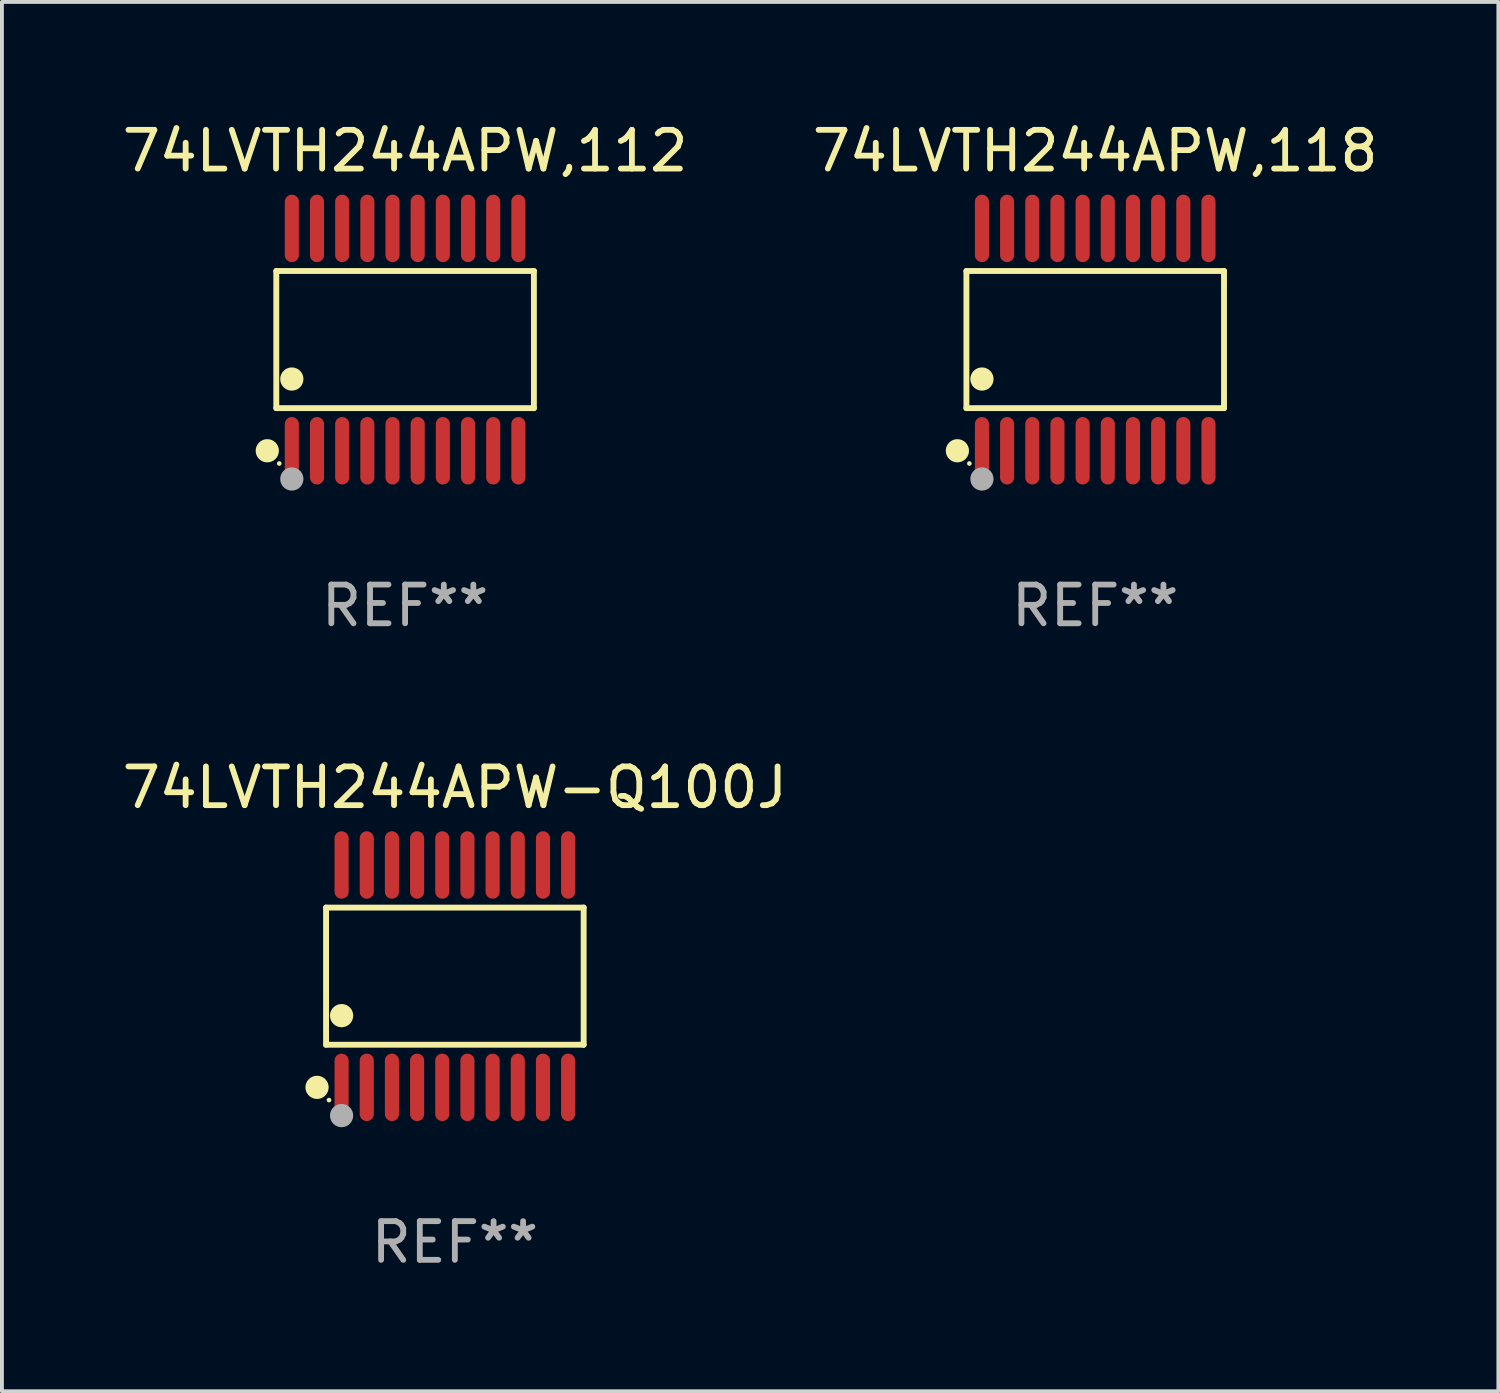
<source format=kicad_pcb>
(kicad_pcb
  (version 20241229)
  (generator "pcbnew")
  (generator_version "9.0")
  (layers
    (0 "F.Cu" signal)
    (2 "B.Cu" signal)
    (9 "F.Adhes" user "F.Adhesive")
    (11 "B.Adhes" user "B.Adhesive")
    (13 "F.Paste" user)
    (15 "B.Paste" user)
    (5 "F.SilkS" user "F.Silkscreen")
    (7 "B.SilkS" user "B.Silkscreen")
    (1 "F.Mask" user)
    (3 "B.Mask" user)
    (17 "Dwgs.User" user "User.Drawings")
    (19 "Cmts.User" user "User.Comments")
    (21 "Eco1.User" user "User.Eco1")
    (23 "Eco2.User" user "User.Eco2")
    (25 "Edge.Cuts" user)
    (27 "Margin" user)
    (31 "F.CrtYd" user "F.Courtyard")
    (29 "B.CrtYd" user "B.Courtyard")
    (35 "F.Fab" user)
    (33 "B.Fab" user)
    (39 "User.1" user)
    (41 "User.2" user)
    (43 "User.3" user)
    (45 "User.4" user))
  (footprint "74LVTH244APW-Q100J"
    (layer "F.Cu")
    (at 8.696 22.158)
    (property "Reference" "74LVTH244APW-Q100J" (at 0 -4.871 0) (layer "F.SilkS") (effects (font (size 1 1) (thickness 0.15))))
    (attr through_hole)
    (fp_line (start -3.326 -1.771) (end 3.326 -1.771) (stroke (width 0.152) (type solid)) (layer "F.SilkS"))
    (fp_line (start -3.326 1.771) (end -3.326 -1.771) (stroke (width 0.152) (type solid)) (layer "F.SilkS"))
    (fp_line (start 3.326 -1.771) (end 3.326 1.771) (stroke (width 0.152) (type solid)) (layer "F.SilkS"))
    (fp_line (start 3.326 1.771) (end -3.326 1.771) (stroke (width 0.152) (type solid)) (layer "F.SilkS"))
    (fp_circle (center -3.559 2.871) (end -3.409 2.871) (stroke (width 0.3) (type solid)) (fill no) (layer "F.SilkS"))
    (fp_circle (center -3.25 3.2) (end -3.22 3.2) (stroke (width 0.06) (type solid)) (fill no) (layer "F.SilkS"))
    (fp_circle (center -2.925 1.019) (end -2.775 1.019) (stroke (width 0.3) (type solid)) (fill no) (layer "F.SilkS"))
    (fp_circle (center -2.925 3.6) (end -2.775 3.6) (stroke (width 0.3) (type solid)) (fill no) (layer "F.Fab"))
    (fp_text user "REF**" (at 0 6.871 0) (layer "F.Fab") (effects (font (size 1 1) (thickness 0.15))))
    (pad "1" smd oval (at -2.925 2.871) (size 0.364 1.742) (layers "F.Cu" "F.Mask" "F.Paste"))
    (pad "2" smd oval (at -2.275 2.871) (size 0.364 1.742) (layers "F.Cu" "F.Mask" "F.Paste"))
    (pad "3" smd oval (at -1.625 2.871) (size 0.364 1.742) (layers "F.Cu" "F.Mask" "F.Paste"))
    (pad "4" smd oval (at -0.975 2.871) (size 0.364 1.742) (layers "F.Cu" "F.Mask" "F.Paste"))
    (pad "5" smd oval (at -0.325 2.871) (size 0.364 1.742) (layers "F.Cu" "F.Mask" "F.Paste"))
    (pad "6" smd oval (at 0.325 2.871) (size 0.364 1.742) (layers "F.Cu" "F.Mask" "F.Paste"))
    (pad "7" smd oval (at 0.975 2.871) (size 0.364 1.742) (layers "F.Cu" "F.Mask" "F.Paste"))
    (pad "8" smd oval (at 1.625 2.871) (size 0.364 1.742) (layers "F.Cu" "F.Mask" "F.Paste"))
    (pad "9" smd oval (at 2.275 2.871) (size 0.364 1.742) (layers "F.Cu" "F.Mask" "F.Paste"))
    (pad "10" smd oval (at 2.925 2.871) (size 0.364 1.742) (layers "F.Cu" "F.Mask" "F.Paste"))
    (pad "11" smd oval (at 2.925 -2.871) (size 0.364 1.742) (layers "F.Cu" "F.Mask" "F.Paste"))
    (pad "12" smd oval (at 2.275 -2.871) (size 0.364 1.742) (layers "F.Cu" "F.Mask" "F.Paste"))
    (pad "13" smd oval (at 1.625 -2.871) (size 0.364 1.742) (layers "F.Cu" "F.Mask" "F.Paste"))
    (pad "14" smd oval (at 0.975 -2.871) (size 0.364 1.742) (layers "F.Cu" "F.Mask" "F.Paste"))
    (pad "15" smd oval (at 0.325 -2.871) (size 0.364 1.742) (layers "F.Cu" "F.Mask" "F.Paste"))
    (pad "16" smd oval (at -0.325 -2.871) (size 0.364 1.742) (layers "F.Cu" "F.Mask" "F.Paste"))
    (pad "17" smd oval (at -0.975 -2.871) (size 0.364 1.742) (layers "F.Cu" "F.Mask" "F.Paste"))
    (pad "18" smd oval (at -1.625 -2.871) (size 0.364 1.742) (layers "F.Cu" "F.Mask" "F.Paste"))
    (pad "19" smd oval (at -2.275 -2.871) (size 0.364 1.742) (layers "F.Cu" "F.Mask" "F.Paste"))
    (pad "20" smd oval (at -2.925 -2.871) (size 0.364 1.742) (layers "F.Cu" "F.Mask" "F.Paste")))
  (footprint "74LVTH244APW,118"
    (layer "F.Cu")
    (at 25.232 5.719)
    (property "Reference" "74LVTH244APW,118" (at 0 -4.871 0) (layer "F.SilkS") (effects (font (size 1 1) (thickness 0.15))))
    (attr through_hole)
    (fp_line (start -3.326 -1.771) (end 3.326 -1.771) (stroke (width 0.152) (type solid)) (layer "F.SilkS"))
    (fp_line (start -3.326 1.771) (end -3.326 -1.771) (stroke (width 0.152) (type solid)) (layer "F.SilkS"))
    (fp_line (start 3.326 -1.771) (end 3.326 1.771) (stroke (width 0.152) (type solid)) (layer "F.SilkS"))
    (fp_line (start 3.326 1.771) (end -3.326 1.771) (stroke (width 0.152) (type solid)) (layer "F.SilkS"))
    (fp_circle (center -3.559 2.871) (end -3.409 2.871) (stroke (width 0.3) (type solid)) (fill no) (layer "F.SilkS"))
    (fp_circle (center -3.25 3.2) (end -3.22 3.2) (stroke (width 0.06) (type solid)) (fill no) (layer "F.SilkS"))
    (fp_circle (center -2.925 1.019) (end -2.775 1.019) (stroke (width 0.3) (type solid)) (fill no) (layer "F.SilkS"))
    (fp_circle (center -2.925 3.6) (end -2.775 3.6) (stroke (width 0.3) (type solid)) (fill no) (layer "F.Fab"))
    (fp_text user "REF**" (at 0 6.871 0) (layer "F.Fab") (effects (font (size 1 1) (thickness 0.15))))
    (pad "1" smd oval (at -2.925 2.871) (size 0.364 1.742) (layers "F.Cu" "F.Mask" "F.Paste"))
    (pad "2" smd oval (at -2.275 2.871) (size 0.364 1.742) (layers "F.Cu" "F.Mask" "F.Paste"))
    (pad "3" smd oval (at -1.625 2.871) (size 0.364 1.742) (layers "F.Cu" "F.Mask" "F.Paste"))
    (pad "4" smd oval (at -0.975 2.871) (size 0.364 1.742) (layers "F.Cu" "F.Mask" "F.Paste"))
    (pad "5" smd oval (at -0.325 2.871) (size 0.364 1.742) (layers "F.Cu" "F.Mask" "F.Paste"))
    (pad "6" smd oval (at 0.325 2.871) (size 0.364 1.742) (layers "F.Cu" "F.Mask" "F.Paste"))
    (pad "7" smd oval (at 0.975 2.871) (size 0.364 1.742) (layers "F.Cu" "F.Mask" "F.Paste"))
    (pad "8" smd oval (at 1.625 2.871) (size 0.364 1.742) (layers "F.Cu" "F.Mask" "F.Paste"))
    (pad "9" smd oval (at 2.275 2.871) (size 0.364 1.742) (layers "F.Cu" "F.Mask" "F.Paste"))
    (pad "10" smd oval (at 2.925 2.871) (size 0.364 1.742) (layers "F.Cu" "F.Mask" "F.Paste"))
    (pad "11" smd oval (at 2.925 -2.871) (size 0.364 1.742) (layers "F.Cu" "F.Mask" "F.Paste"))
    (pad "12" smd oval (at 2.275 -2.871) (size 0.364 1.742) (layers "F.Cu" "F.Mask" "F.Paste"))
    (pad "13" smd oval (at 1.625 -2.871) (size 0.364 1.742) (layers "F.Cu" "F.Mask" "F.Paste"))
    (pad "14" smd oval (at 0.975 -2.871) (size 0.364 1.742) (layers "F.Cu" "F.Mask" "F.Paste"))
    (pad "15" smd oval (at 0.325 -2.871) (size 0.364 1.742) (layers "F.Cu" "F.Mask" "F.Paste"))
    (pad "16" smd oval (at -0.325 -2.871) (size 0.364 1.742) (layers "F.Cu" "F.Mask" "F.Paste"))
    (pad "17" smd oval (at -0.975 -2.871) (size 0.364 1.742) (layers "F.Cu" "F.Mask" "F.Paste"))
    (pad "18" smd oval (at -1.625 -2.871) (size 0.364 1.742) (layers "F.Cu" "F.Mask" "F.Paste"))
    (pad "19" smd oval (at -2.275 -2.871) (size 0.364 1.742) (layers "F.Cu" "F.Mask" "F.Paste"))
    (pad "20" smd oval (at -2.925 -2.871) (size 0.364 1.742) (layers "F.Cu" "F.Mask" "F.Paste")))
  (footprint "74LVTH244APW,112"
    (layer "F.Cu")
    (at 7.411 5.719)
    (property "Reference" "74LVTH244APW,112" (at 0 -4.871 0) (layer "F.SilkS") (effects (font (size 1 1) (thickness 0.15))))
    (attr through_hole)
    (fp_line (start -3.326 -1.771) (end 3.326 -1.771) (stroke (width 0.152) (type solid)) (layer "F.SilkS"))
    (fp_line (start -3.326 1.771) (end -3.326 -1.771) (stroke (width 0.152) (type solid)) (layer "F.SilkS"))
    (fp_line (start 3.326 -1.771) (end 3.326 1.771) (stroke (width 0.152) (type solid)) (layer "F.SilkS"))
    (fp_line (start 3.326 1.771) (end -3.326 1.771) (stroke (width 0.152) (type solid)) (layer "F.SilkS"))
    (fp_circle (center -3.559 2.871) (end -3.409 2.871) (stroke (width 0.3) (type solid)) (fill no) (layer "F.SilkS"))
    (fp_circle (center -3.25 3.2) (end -3.22 3.2) (stroke (width 0.06) (type solid)) (fill no) (layer "F.SilkS"))
    (fp_circle (center -2.925 1.019) (end -2.775 1.019) (stroke (width 0.3) (type solid)) (fill no) (layer "F.SilkS"))
    (fp_circle (center -2.925 3.6) (end -2.775 3.6) (stroke (width 0.3) (type solid)) (fill no) (layer "F.Fab"))
    (fp_text user "REF**" (at 0 6.871 0) (layer "F.Fab") (effects (font (size 1 1) (thickness 0.15))))
    (pad "1" smd oval (at -2.925 2.871) (size 0.364 1.742) (layers "F.Cu" "F.Mask" "F.Paste"))
    (pad "2" smd oval (at -2.275 2.871) (size 0.364 1.742) (layers "F.Cu" "F.Mask" "F.Paste"))
    (pad "3" smd oval (at -1.625 2.871) (size 0.364 1.742) (layers "F.Cu" "F.Mask" "F.Paste"))
    (pad "4" smd oval (at -0.975 2.871) (size 0.364 1.742) (layers "F.Cu" "F.Mask" "F.Paste"))
    (pad "5" smd oval (at -0.325 2.871) (size 0.364 1.742) (layers "F.Cu" "F.Mask" "F.Paste"))
    (pad "6" smd oval (at 0.325 2.871) (size 0.364 1.742) (layers "F.Cu" "F.Mask" "F.Paste"))
    (pad "7" smd oval (at 0.975 2.871) (size 0.364 1.742) (layers "F.Cu" "F.Mask" "F.Paste"))
    (pad "8" smd oval (at 1.625 2.871) (size 0.364 1.742) (layers "F.Cu" "F.Mask" "F.Paste"))
    (pad "9" smd oval (at 2.275 2.871) (size 0.364 1.742) (layers "F.Cu" "F.Mask" "F.Paste"))
    (pad "10" smd oval (at 2.925 2.871) (size 0.364 1.742) (layers "F.Cu" "F.Mask" "F.Paste"))
    (pad "11" smd oval (at 2.925 -2.871) (size 0.364 1.742) (layers "F.Cu" "F.Mask" "F.Paste"))
    (pad "12" smd oval (at 2.275 -2.871) (size 0.364 1.742) (layers "F.Cu" "F.Mask" "F.Paste"))
    (pad "13" smd oval (at 1.625 -2.871) (size 0.364 1.742) (layers "F.Cu" "F.Mask" "F.Paste"))
    (pad "14" smd oval (at 0.975 -2.871) (size 0.364 1.742) (layers "F.Cu" "F.Mask" "F.Paste"))
    (pad "15" smd oval (at 0.325 -2.871) (size 0.364 1.742) (layers "F.Cu" "F.Mask" "F.Paste"))
    (pad "16" smd oval (at -0.325 -2.871) (size 0.364 1.742) (layers "F.Cu" "F.Mask" "F.Paste"))
    (pad "17" smd oval (at -0.975 -2.871) (size 0.364 1.742) (layers "F.Cu" "F.Mask" "F.Paste"))
    (pad "18" smd oval (at -1.625 -2.871) (size 0.364 1.742) (layers "F.Cu" "F.Mask" "F.Paste"))
    (pad "19" smd oval (at -2.275 -2.871) (size 0.364 1.742) (layers "F.Cu" "F.Mask" "F.Paste"))
    (pad "20" smd oval (at -2.925 -2.871) (size 0.364 1.742) (layers "F.Cu" "F.Mask" "F.Paste")))
  (gr_rect
    (start -3 -3)
    (end 35.643 32.877)
    (stroke (width 0.1) (type default))
    (fill no)
    (layer "Edge.Cuts")))
</source>
